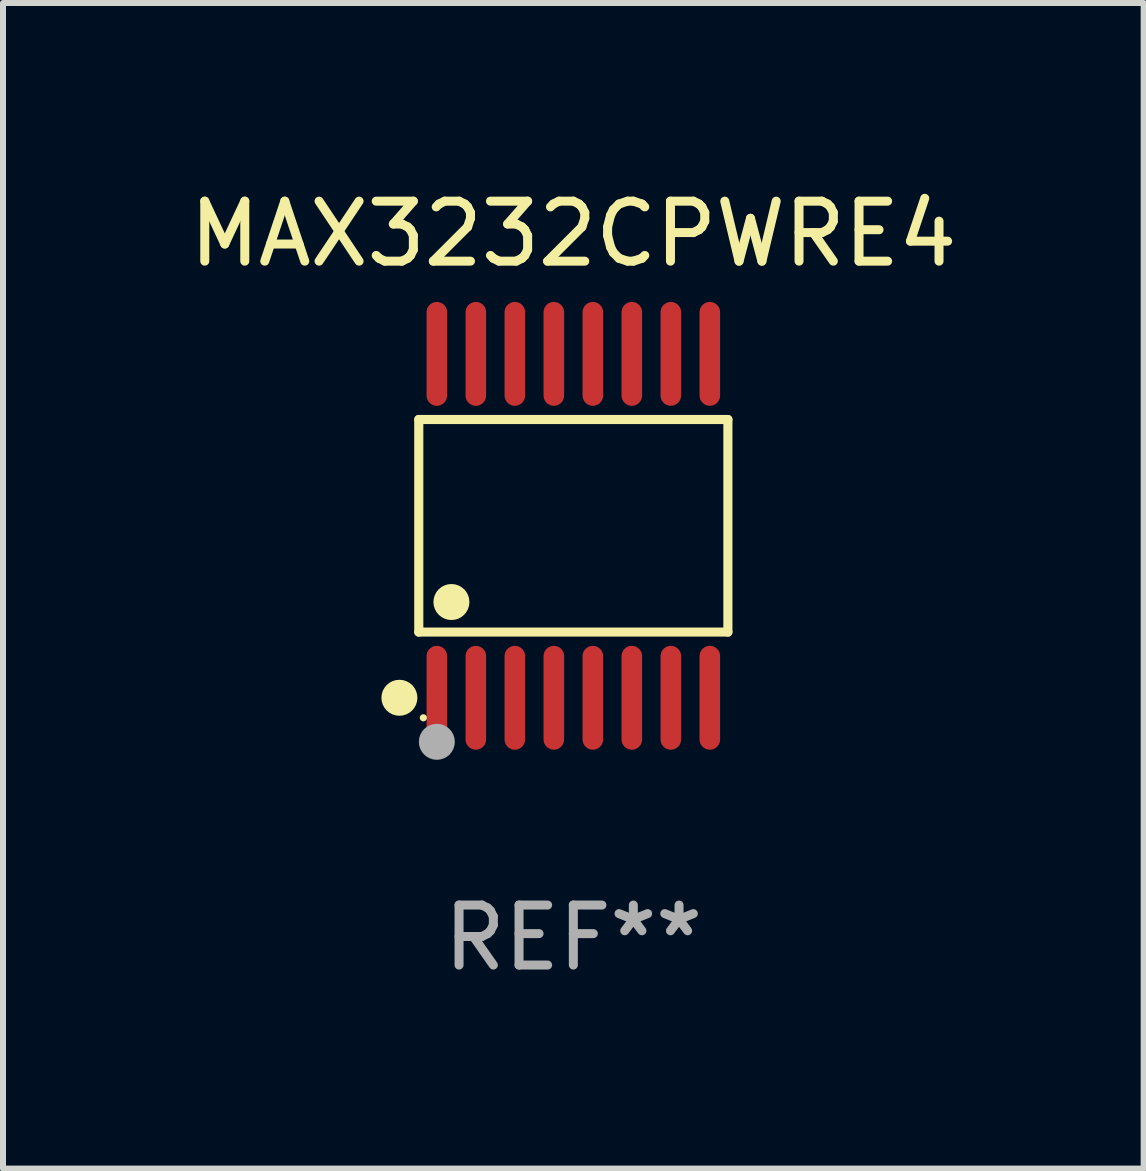
<source format=kicad_pcb>
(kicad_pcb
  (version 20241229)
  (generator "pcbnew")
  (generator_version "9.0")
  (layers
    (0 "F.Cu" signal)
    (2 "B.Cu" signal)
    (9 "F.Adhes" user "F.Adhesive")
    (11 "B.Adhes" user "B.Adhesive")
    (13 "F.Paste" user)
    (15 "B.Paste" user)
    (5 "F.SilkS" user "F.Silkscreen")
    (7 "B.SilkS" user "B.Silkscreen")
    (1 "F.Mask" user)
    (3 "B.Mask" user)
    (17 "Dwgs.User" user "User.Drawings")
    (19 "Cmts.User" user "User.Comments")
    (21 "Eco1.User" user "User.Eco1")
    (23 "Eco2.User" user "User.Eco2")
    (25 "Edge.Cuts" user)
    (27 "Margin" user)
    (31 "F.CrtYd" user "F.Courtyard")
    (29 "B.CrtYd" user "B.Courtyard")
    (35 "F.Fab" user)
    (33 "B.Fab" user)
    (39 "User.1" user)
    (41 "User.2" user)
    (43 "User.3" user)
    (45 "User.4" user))
  (footprint "MAX3232CPWRE4"
    (layer "F.Cu")
    (at 6.506 5.714)
    (property "Reference" "MAX3232CPWRE4" (at 0 -4.866 0) (layer "F.SilkS") (effects (font (size 1 1) (thickness 0.15))))
    (attr through_hole)
    (fp_line (start -2.576 -1.772) (end 2.576 -1.772) (stroke (width 0.152) (type solid)) (layer "F.SilkS"))
    (fp_line (start -2.576 1.771) (end -2.576 -1.772) (stroke (width 0.152) (type solid)) (layer "F.SilkS"))
    (fp_line (start 2.576 -1.772) (end 2.576 1.771) (stroke (width 0.152) (type solid)) (layer "F.SilkS"))
    (fp_line (start 2.576 1.771) (end -2.576 1.771) (stroke (width 0.152) (type solid)) (layer "F.SilkS"))
    (fp_circle (center -2.899 2.866) (end -2.749 2.866) (stroke (width 0.3) (type solid)) (fill no) (layer "F.SilkS"))
    (fp_circle (center -2.5 3.2) (end -2.47 3.2) (stroke (width 0.06) (type solid)) (fill no) (layer "F.SilkS"))
    (fp_circle (center -2.032 1.27) (end -1.882 1.27) (stroke (width 0.3) (type solid)) (fill no) (layer "F.SilkS"))
    (fp_circle (center -2.275 3.6) (end -2.125 3.6) (stroke (width 0.3) (type solid)) (fill no) (layer "F.Fab"))
    (fp_text user "REF**" (at 0 6.866 0) (layer "F.Fab") (effects (font (size 1 1) (thickness 0.15))))
    (pad "1" smd oval (at -2.275 2.866) (size 0.343 1.731) (layers "F.Cu" "F.Mask" "F.Paste"))
    (pad "2" smd oval (at -1.625 2.866) (size 0.343 1.731) (layers "F.Cu" "F.Mask" "F.Paste"))
    (pad "3" smd oval (at -0.975 2.866) (size 0.343 1.731) (layers "F.Cu" "F.Mask" "F.Paste"))
    (pad "4" smd oval (at -0.325 2.866) (size 0.343 1.731) (layers "F.Cu" "F.Mask" "F.Paste"))
    (pad "5" smd oval (at 0.325 2.866) (size 0.343 1.731) (layers "F.Cu" "F.Mask" "F.Paste"))
    (pad "6" smd oval (at 0.975 2.866) (size 0.343 1.731) (layers "F.Cu" "F.Mask" "F.Paste"))
    (pad "7" smd oval (at 1.625 2.866) (size 0.343 1.731) (layers "F.Cu" "F.Mask" "F.Paste"))
    (pad "8" smd oval (at 2.275 2.866) (size 0.343 1.731) (layers "F.Cu" "F.Mask" "F.Paste"))
    (pad "9" smd oval (at 2.275 -2.866) (size 0.343 1.731) (layers "F.Cu" "F.Mask" "F.Paste"))
    (pad "10" smd oval (at 1.625 -2.866) (size 0.343 1.731) (layers "F.Cu" "F.Mask" "F.Paste"))
    (pad "11" smd oval (at 0.975 -2.866) (size 0.343 1.731) (layers "F.Cu" "F.Mask" "F.Paste"))
    (pad "12" smd oval (at 0.325 -2.866) (size 0.343 1.731) (layers "F.Cu" "F.Mask" "F.Paste"))
    (pad "13" smd oval (at -0.325 -2.866) (size 0.343 1.731) (layers "F.Cu" "F.Mask" "F.Paste"))
    (pad "14" smd oval (at -0.975 -2.866) (size 0.343 1.731) (layers "F.Cu" "F.Mask" "F.Paste"))
    (pad "15" smd oval (at -1.625 -2.866) (size 0.343 1.731) (layers "F.Cu" "F.Mask" "F.Paste"))
    (pad "16" smd oval (at -2.275 -2.866) (size 0.343 1.731) (layers "F.Cu" "F.Mask" "F.Paste")))
  (gr_rect
    (start -3 -3)
    (end 16.012 16.428)
    (stroke (width 0.1) (type default))
    (fill no)
    (layer "Edge.Cuts")))
</source>
